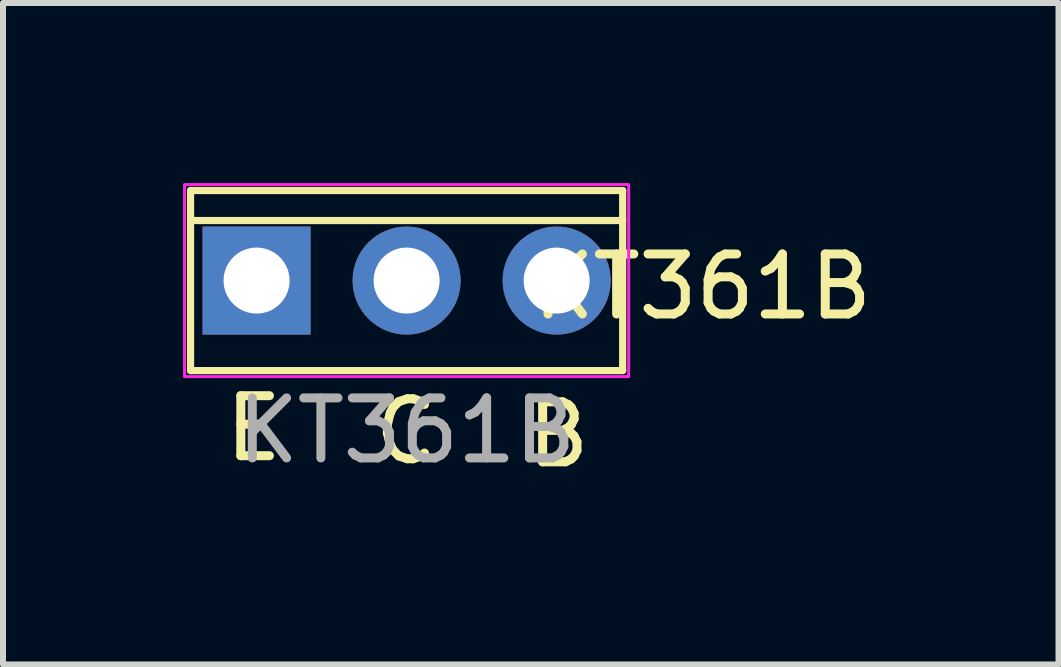
<source format=kicad_pcb>
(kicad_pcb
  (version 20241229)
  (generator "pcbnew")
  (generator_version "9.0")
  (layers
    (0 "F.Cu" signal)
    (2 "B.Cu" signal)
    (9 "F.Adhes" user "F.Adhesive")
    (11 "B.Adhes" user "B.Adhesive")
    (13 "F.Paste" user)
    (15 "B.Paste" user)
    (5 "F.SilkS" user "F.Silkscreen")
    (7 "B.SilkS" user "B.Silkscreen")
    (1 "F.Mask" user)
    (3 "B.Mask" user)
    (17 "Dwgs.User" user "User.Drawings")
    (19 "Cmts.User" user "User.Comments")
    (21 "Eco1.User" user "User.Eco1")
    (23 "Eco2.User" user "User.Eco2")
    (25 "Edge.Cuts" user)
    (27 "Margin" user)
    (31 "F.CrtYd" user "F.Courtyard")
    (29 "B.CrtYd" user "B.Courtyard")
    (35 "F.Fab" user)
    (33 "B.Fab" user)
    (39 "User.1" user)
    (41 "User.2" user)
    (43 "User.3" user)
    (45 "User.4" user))
  (footprint "КТ361В"
    (layer "F.Cu")
    (at 3.725 1.625)
    (property "Reference" "КТ361В" (at 4.928 0.102 0) (unlocked yes) (layer "F.SilkS") (effects (font (size 1 1) (thickness 0.15))))
    (attr through_hole)
    (fp_line (start -3.6 -1.5) (end -3.6 1.5) (stroke (width 0.12) (type default)) (layer "F.SilkS"))
    (fp_line (start -3.6 -1) (end 3.6 -1) (stroke (width 0.12) (type default)) (layer "F.SilkS"))
    (fp_line (start -3.6 1.5) (end 3.6 1.5) (stroke (width 0.12) (type default)) (layer "F.SilkS"))
    (fp_line (start 3.6 -1.5) (end -3.6 -1.5) (stroke (width 0.12) (type default)) (layer "F.SilkS"))
    (fp_line (start 3.6 1.5) (end 3.6 -1.5) (stroke (width 0.12) (type default)) (layer "F.SilkS"))
    (fp_rect (start -3.7 -1.6) (end 3.7 1.6) (stroke (width 0.05) (type default)) (fill no) (layer "F.CrtYd"))
    (fp_text user "B" (at 1.93 3.15 0) (unlocked yes) (layer "F.SilkS") (effects (font (size 1 1) (thickness 0.15)) (justify left bottom)))
    (fp_text user "C" (at -0.61 3.099 0) (unlocked yes) (layer "F.SilkS") (effects (font (size 1 1) (thickness 0.15)) (justify left bottom)))
    (fp_text user "E" (at -3.099 3.048 0) (unlocked yes) (layer "F.SilkS") (effects (font (size 1 1) (thickness 0.15)) (justify left bottom)))
    (fp_text user "${REFERENCE}" (at 0 2.5 0) (unlocked yes) (layer "F.Fab") (effects (font (size 1 1) (thickness 0.15))))
    (pad "1" thru_hole rect (at -2.5 0) (size 1.8 1.8) (drill 1.1) (layers "*.Cu" "*.Mask"))
    (pad "2" thru_hole circle (at 0 0) (size 1.8 1.8) (drill 1.1) (layers "*.Cu" "*.Mask"))
    (pad "3" thru_hole circle (at 2.5 0) (size 1.8 1.8) (drill 1.1) (layers "*.Cu" "*.Mask")))
  (gr_rect
    (start -3 -3)
    (end 14.587 8.021)
    (stroke (width 0.1) (type default))
    (fill no)
    (layer "Edge.Cuts")))
</source>
